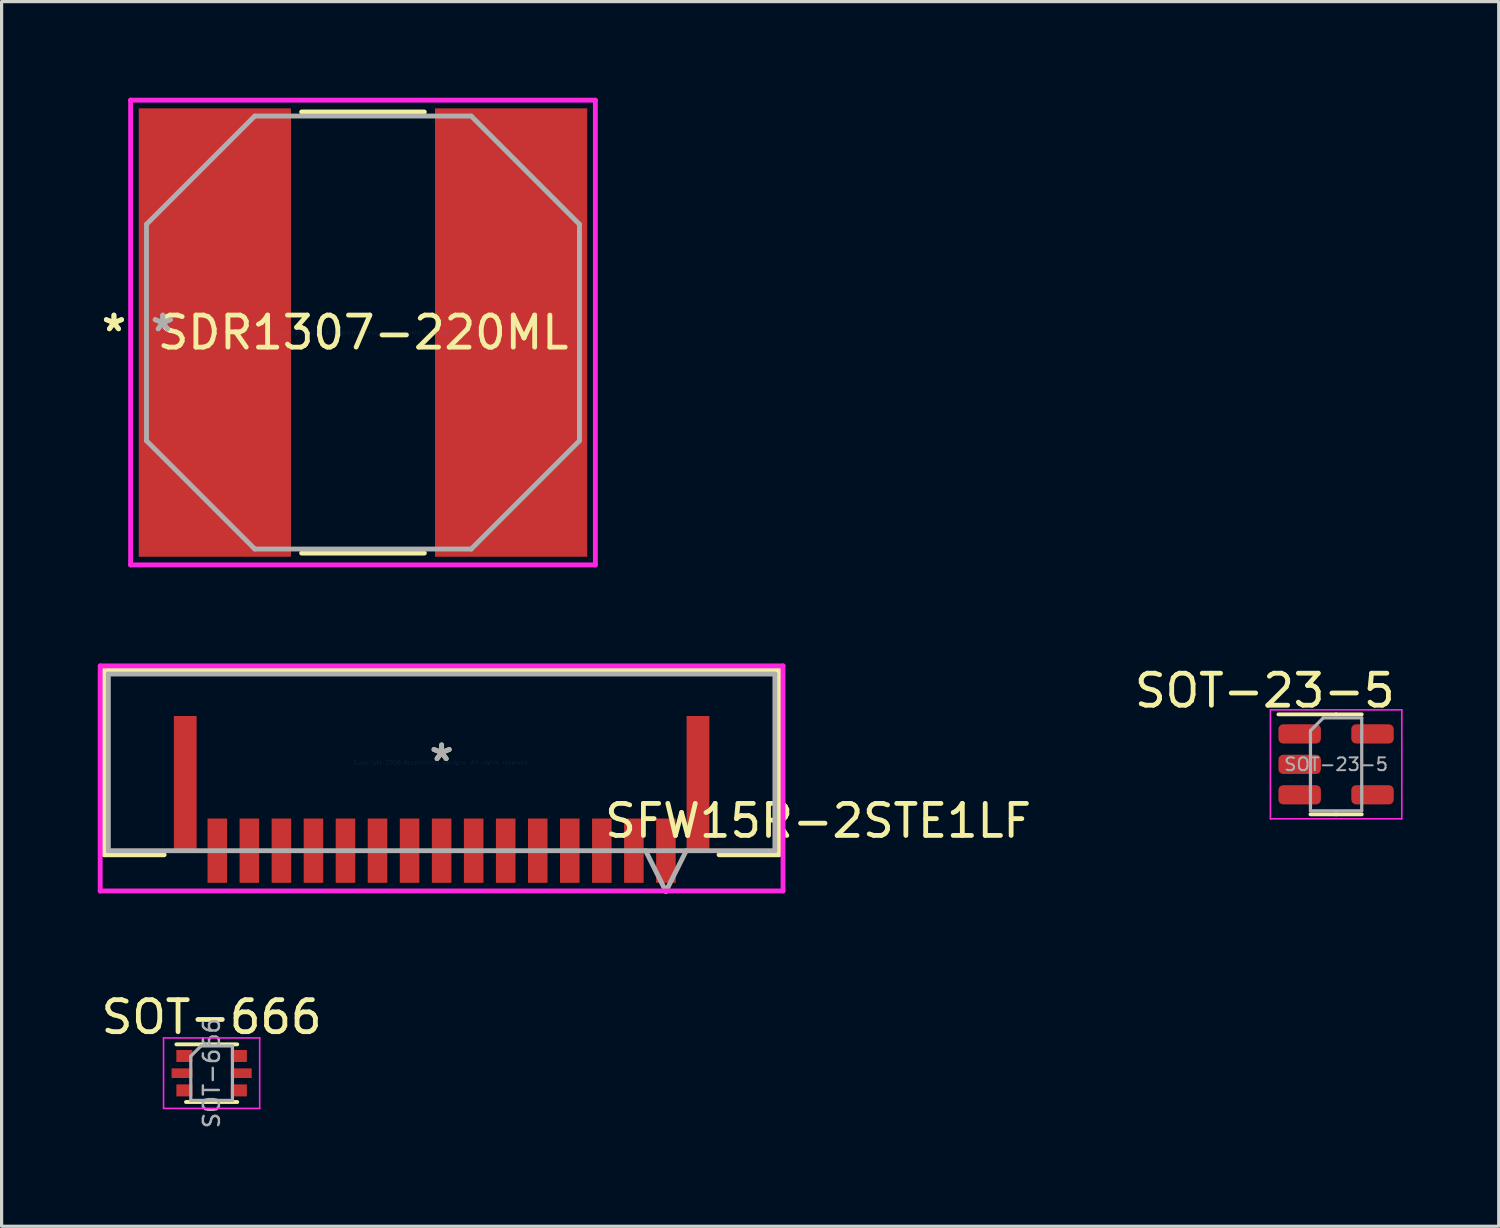
<source format=kicad_pcb>
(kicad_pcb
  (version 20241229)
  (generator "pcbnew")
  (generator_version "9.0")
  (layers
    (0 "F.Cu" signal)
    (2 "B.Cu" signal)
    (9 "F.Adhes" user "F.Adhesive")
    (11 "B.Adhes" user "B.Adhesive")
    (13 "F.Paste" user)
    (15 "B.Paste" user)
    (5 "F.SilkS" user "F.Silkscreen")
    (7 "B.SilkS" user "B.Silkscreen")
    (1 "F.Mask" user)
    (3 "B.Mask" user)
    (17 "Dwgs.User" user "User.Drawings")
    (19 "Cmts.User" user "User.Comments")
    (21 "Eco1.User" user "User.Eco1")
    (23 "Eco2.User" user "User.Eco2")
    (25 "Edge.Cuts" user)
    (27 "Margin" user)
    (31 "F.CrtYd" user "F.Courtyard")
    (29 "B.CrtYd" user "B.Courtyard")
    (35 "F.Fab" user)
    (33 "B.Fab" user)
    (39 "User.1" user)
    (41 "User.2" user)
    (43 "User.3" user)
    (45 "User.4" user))
  (footprint "SOT-23-5"
    (layer "F.Cu")
    (at 38.647 20.804)
    (property "Reference" "SOT-23-5" (at -2.225 -2.3 0) (layer "F.SilkS") (effects (font (size 1 1) (thickness 0.15))))
    (attr smd)
    (fp_line (start 0 -1.56) (end -1.8 -1.56) (stroke (width 0.12) (type solid)) (layer "F.SilkS"))
    (fp_line (start 0 -1.56) (end 0.8 -1.56) (stroke (width 0.12) (type solid)) (layer "F.SilkS"))
    (fp_line (start 0 1.56) (end -0.8 1.56) (stroke (width 0.12) (type solid)) (layer "F.SilkS"))
    (fp_line (start 0 1.56) (end 0.8 1.56) (stroke (width 0.12) (type solid)) (layer "F.SilkS"))
    (fp_line (start -2.05 -1.7) (end -2.05 1.7) (stroke (width 0.05) (type solid)) (layer "F.CrtYd"))
    (fp_line (start -2.05 1.7) (end 2.05 1.7) (stroke (width 0.05) (type solid)) (layer "F.CrtYd"))
    (fp_line (start 2.05 -1.7) (end -2.05 -1.7) (stroke (width 0.05) (type solid)) (layer "F.CrtYd"))
    (fp_line (start 2.05 1.7) (end 2.05 -1.7) (stroke (width 0.05) (type solid)) (layer "F.CrtYd"))
    (fp_line (start -0.8 -1.05) (end -0.4 -1.45) (stroke (width 0.1) (type solid)) (layer "F.Fab"))
    (fp_line (start -0.8 1.45) (end -0.8 -1.05) (stroke (width 0.1) (type solid)) (layer "F.Fab"))
    (fp_line (start -0.4 -1.45) (end 0.8 -1.45) (stroke (width 0.1) (type solid)) (layer "F.Fab"))
    (fp_line (start 0.8 -1.45) (end 0.8 1.45) (stroke (width 0.1) (type solid)) (layer "F.Fab"))
    (fp_line (start 0.8 1.45) (end -0.8 1.45) (stroke (width 0.1) (type solid)) (layer "F.Fab"))
    (fp_text user "${REFERENCE}" (at 0 0 0) (layer "F.Fab") (effects (font (size 0.4 0.4) (thickness 0.06))))
    (pad "1" smd roundrect (at -1.137 -0.95) (size 1.325 0.6) (layers "F.Cu" "F.Mask" "F.Paste") (roundrect_rratio 0.25))
    (pad "2" smd roundrect (at -1.137 0) (size 1.325 0.6) (layers "F.Cu" "F.Mask" "F.Paste") (roundrect_rratio 0.25))
    (pad "3" smd roundrect (at -1.137 0.95) (size 1.325 0.6) (layers "F.Cu" "F.Mask" "F.Paste") (roundrect_rratio 0.25))
    (pad "4" smd roundrect (at 1.137 0.95) (size 1.325 0.6) (layers "F.Cu" "F.Mask" "F.Paste") (roundrect_rratio 0.25))
    (pad "5" smd roundrect (at 1.137 -0.95) (size 1.325 0.6) (layers "F.Cu" "F.Mask" "F.Paste") (roundrect_rratio 0.25)))
  (footprint "SFW15R-2STE1LF"
    (layer "F.Cu")
    (at 10.732 20.742)
    (property "Reference" "SFW15R-2STE1LF" (at 11.75 1.825 180) (layer "F.SilkS") (effects (font (size 1 1) (thickness 0.15))))
    (attr through_hole)
    (fp_line (start -10.528 -2.883) (end -10.528 2.883) (stroke (width 0.152) (type solid)) (layer "F.SilkS"))
    (fp_line (start -10.528 2.883) (end -8.659 2.883) (stroke (width 0.152) (type solid)) (layer "F.SilkS"))
    (fp_line (start 8.659 2.883) (end 10.528 2.883) (stroke (width 0.152) (type solid)) (layer "F.SilkS"))
    (fp_line (start 10.528 -2.883) (end -10.528 -2.883) (stroke (width 0.152) (type solid)) (layer "F.SilkS"))
    (fp_line (start 10.528 2.883) (end 10.528 -2.883) (stroke (width 0.152) (type solid)) (layer "F.SilkS"))
    (fp_line (start -10.655 -3.01) (end -10.655 4.013) (stroke (width 0.152) (type solid)) (layer "F.CrtYd"))
    (fp_line (start -10.655 4.013) (end 10.655 4.013) (stroke (width 0.152) (type solid)) (layer "F.CrtYd"))
    (fp_line (start 10.655 -3.01) (end -10.655 -3.01) (stroke (width 0.152) (type solid)) (layer "F.CrtYd"))
    (fp_line (start 10.655 4.013) (end 10.655 -3.01) (stroke (width 0.152) (type solid)) (layer "F.CrtYd"))
    (fp_line (start -10.401 -2.756) (end -10.401 2.756) (stroke (width 0.152) (type solid)) (layer "F.Fab"))
    (fp_line (start -10.401 2.756) (end 10.401 2.756) (stroke (width 0.152) (type solid)) (layer "F.Fab"))
    (fp_line (start 6.365 2.756) (end 7 4.026) (stroke (width 0.152) (type solid)) (layer "F.Fab"))
    (fp_line (start 7.635 2.756) (end 7 4.026) (stroke (width 0.152) (type solid)) (layer "F.Fab"))
    (fp_line (start 10.401 -2.756) (end -10.401 -2.756) (stroke (width 0.152) (type solid)) (layer "F.Fab"))
    (fp_line (start 10.401 2.756) (end 10.401 -2.756) (stroke (width 0.152) (type solid)) (layer "F.Fab"))
    (fp_text user "*" (at 0 0 180) (layer "F.SilkS") (effects (font (size 1 1) (thickness 0.15))))
    (fp_text user "Copyright 2016 Accelerated Designs. All rights reserved." (at 0 0 180) (layer "Cmts.User") (effects (font (size 0.127 0.127) (thickness 0.002))))
    (fp_text user "*" (at 0 0 180) (layer "F.Fab") (effects (font (size 1 1) (thickness 0.15))))
    (pad "1" smd rect (at 7 2.756) (size 0.61 2.007) (layers "F.Cu" "F.Mask" "F.Paste"))
    (pad "2" smd rect (at 6 2.756) (size 0.61 2.007) (layers "F.Cu" "F.Mask" "F.Paste"))
    (pad "3" smd rect (at 5 2.756) (size 0.61 2.007) (layers "F.Cu" "F.Mask" "F.Paste"))
    (pad "4" smd rect (at 4 2.756) (size 0.61 2.007) (layers "F.Cu" "F.Mask" "F.Paste"))
    (pad "5" smd rect (at 3 2.756) (size 0.61 2.007) (layers "F.Cu" "F.Mask" "F.Paste"))
    (pad "6" smd rect (at 2 2.756) (size 0.61 2.007) (layers "F.Cu" "F.Mask" "F.Paste"))
    (pad "7" smd rect (at 1 2.756) (size 0.61 2.007) (layers "F.Cu" "F.Mask" "F.Paste"))
    (pad "8" smd rect (at 0 2.756) (size 0.61 2.007) (layers "F.Cu" "F.Mask" "F.Paste"))
    (pad "9" smd rect (at -1 2.756) (size 0.61 2.007) (layers "F.Cu" "F.Mask" "F.Paste"))
    (pad "10" smd rect (at -2 2.756) (size 0.61 2.007) (layers "F.Cu" "F.Mask" "F.Paste"))
    (pad "11" smd rect (at -3 2.756) (size 0.61 2.007) (layers "F.Cu" "F.Mask" "F.Paste"))
    (pad "12" smd rect (at -4 2.756) (size 0.61 2.007) (layers "F.Cu" "F.Mask" "F.Paste"))
    (pad "13" smd rect (at -5 2.756) (size 0.61 2.007) (layers "F.Cu" "F.Mask" "F.Paste"))
    (pad "14" smd rect (at -6 2.756) (size 0.61 2.007) (layers "F.Cu" "F.Mask" "F.Paste"))
    (pad "15" smd rect (at -7 2.756) (size 0.61 2.007) (layers "F.Cu" "F.Mask" "F.Paste"))
    (pad "16" smd rect (at -8.001 0.648) (size 0.711 4.191) (layers "F.Cu" "F.Mask" "F.Paste"))
    (pad "17" smd rect (at 8.001 0.648) (size 0.711 4.191) (layers "F.Cu" "F.Mask" "F.Paste")))
  (footprint "SDR1307-220ML"
    (layer "F.Cu")
    (at 8.278 7.328)
    (property "Reference" "SDR1307-220ML" (at 0 0 0) (layer "F.SilkS") (effects (font (size 1 1) (thickness 0.15))))
    (attr through_hole)
    (fp_line (start -1.915 6.883) (end 1.915 6.883) (stroke (width 0.152) (type solid)) (layer "F.SilkS"))
    (fp_line (start 1.915 -6.883) (end -1.915 -6.883) (stroke (width 0.152) (type solid)) (layer "F.SilkS"))
    (fp_line (start -7.252 -7.252) (end 7.252 -7.252) (stroke (width 0.152) (type solid)) (layer "F.CrtYd"))
    (fp_line (start -7.252 7.252) (end -7.252 -7.252) (stroke (width 0.152) (type solid)) (layer "F.CrtYd"))
    (fp_line (start 7.252 -7.252) (end 7.252 7.252) (stroke (width 0.152) (type solid)) (layer "F.CrtYd"))
    (fp_line (start 7.252 7.252) (end -7.252 7.252) (stroke (width 0.152) (type solid)) (layer "F.CrtYd"))
    (fp_line (start -6.756 -3.378) (end -6.756 3.378) (stroke (width 0.152) (type solid)) (layer "F.Fab"))
    (fp_line (start -6.756 3.378) (end -3.378 6.756) (stroke (width 0.152) (type solid)) (layer "F.Fab"))
    (fp_line (start -3.378 -6.756) (end -6.756 -3.378) (stroke (width 0.152) (type solid)) (layer "F.Fab"))
    (fp_line (start -3.378 6.756) (end 3.378 6.756) (stroke (width 0.152) (type solid)) (layer "F.Fab"))
    (fp_line (start 3.378 -6.756) (end -3.378 -6.756) (stroke (width 0.152) (type solid)) (layer "F.Fab"))
    (fp_line (start 3.378 6.756) (end 6.756 3.378) (stroke (width 0.152) (type solid)) (layer "F.Fab"))
    (fp_line (start 6.756 -3.378) (end 3.378 -6.756) (stroke (width 0.152) (type solid)) (layer "F.Fab"))
    (fp_line (start 6.756 3.378) (end 6.756 -3.378) (stroke (width 0.152) (type solid)) (layer "F.Fab"))
    (fp_text user "*" (at -7.772 0 0) (layer "F.SilkS") (effects (font (size 1 1) (thickness 0.15))))
    (fp_text user "*" (at -7.772 0 0) (layer "F.SilkS") (effects (font (size 1 1) (thickness 0.15))))
    (fp_text user "Copyright 2016 Accelerated Designs. All rights reserved." (at 0 0 0) (layer "Cmts.User") (effects (font (size 0.127 0.127) (thickness 0.002))))
    (fp_text user "*" (at -6.248 0 0) (layer "F.Fab") (effects (font (size 1 1) (thickness 0.15))))
    (fp_text user "*" (at -6.248 0 0) (layer "F.Fab") (effects (font (size 1 1) (thickness 0.15))))
    (pad "1" smd rect (at -4.623 0) (size 4.75 13.995) (layers "F.Cu" "F.Mask" "F.Paste"))
    (pad "2" smd rect (at 4.623 0) (size 4.75 13.995) (layers "F.Cu" "F.Mask" "F.Paste")))
  (footprint "SOT-666"
    (layer "F.Cu")
    (at 3.554 30.442)
    (property "Reference" "SOT-666" (at 0 -1.75 180) (layer "F.SilkS") (effects (font (size 1 1) (thickness 0.15))))
    (attr smd)
    (fp_line (start -0.8 0.9) (end 0.8 0.9) (stroke (width 0.12) (type solid)) (layer "F.SilkS"))
    (fp_line (start 0.8 -0.9) (end -1.1 -0.9) (stroke (width 0.12) (type solid)) (layer "F.SilkS"))
    (fp_line (start -1.5 -1.1) (end -1.5 1.1) (stroke (width 0.05) (type solid)) (layer "F.CrtYd"))
    (fp_line (start -1.5 -1.1) (end 1.5 -1.1) (stroke (width 0.05) (type solid)) (layer "F.CrtYd"))
    (fp_line (start -1.5 1.1) (end 1.5 1.1) (stroke (width 0.05) (type solid)) (layer "F.CrtYd"))
    (fp_line (start 1.5 1.1) (end 1.5 -1.1) (stroke (width 0.05) (type solid)) (layer "F.CrtYd"))
    (fp_line (start -0.65 -0.53) (end -0.65 0.85) (stroke (width 0.1) (type solid)) (layer "F.Fab"))
    (fp_line (start -0.65 -0.53) (end -0.33 -0.85) (stroke (width 0.1) (type solid)) (layer "F.Fab"))
    (fp_line (start 0.65 -0.85) (end -0.33 -0.85) (stroke (width 0.1) (type solid)) (layer "F.Fab"))
    (fp_line (start 0.65 -0.85) (end 0.65 0.85) (stroke (width 0.1) (type solid)) (layer "F.Fab"))
    (fp_line (start 0.65 0.85) (end -0.65 0.85) (stroke (width 0.1) (type solid)) (layer "F.Fab"))
    (fp_text user "${REFERENCE}" (at 0 0 270) (layer "F.Fab") (effects (font (size 0.5 0.5) (thickness 0.075))))
    (pad "1" smd rect (at -0.85 -0.537) (size 0.5 0.375) (layers "F.Cu" "F.Mask" "F.Paste"))
    (pad "2" smd rect (at -0.925 0) (size 0.65 0.3) (layers "F.Cu" "F.Mask" "F.Paste"))
    (pad "3" smd rect (at -0.85 0.537) (size 0.5 0.375) (layers "F.Cu" "F.Mask" "F.Paste"))
    (pad "4" smd rect (at 0.85 0.537) (size 0.5 0.375) (layers "F.Cu" "F.Mask" "F.Paste"))
    (pad "5" smd rect (at 0.925 0) (size 0.65 0.3) (layers "F.Cu" "F.Mask" "F.Paste"))
    (pad "6" smd rect (at 0.85 -0.537) (size 0.5 0.375) (layers "F.Cu" "F.Mask" "F.Paste")))
  (gr_rect
    (start -3 -3)
    (end 43.722 35.219)
    (stroke (width 0.1) (type default))
    (fill no)
    (layer "Edge.Cuts")))
</source>
